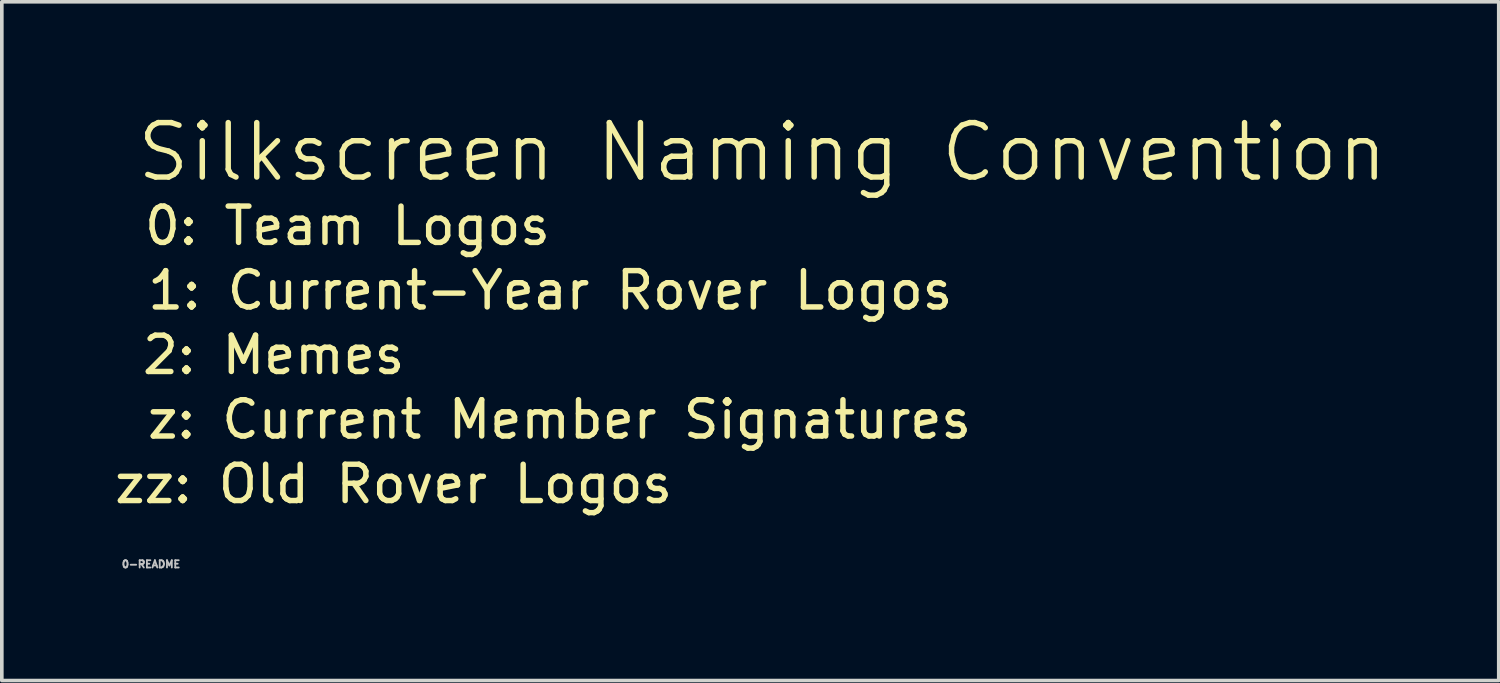
<source format=kicad_pcb>
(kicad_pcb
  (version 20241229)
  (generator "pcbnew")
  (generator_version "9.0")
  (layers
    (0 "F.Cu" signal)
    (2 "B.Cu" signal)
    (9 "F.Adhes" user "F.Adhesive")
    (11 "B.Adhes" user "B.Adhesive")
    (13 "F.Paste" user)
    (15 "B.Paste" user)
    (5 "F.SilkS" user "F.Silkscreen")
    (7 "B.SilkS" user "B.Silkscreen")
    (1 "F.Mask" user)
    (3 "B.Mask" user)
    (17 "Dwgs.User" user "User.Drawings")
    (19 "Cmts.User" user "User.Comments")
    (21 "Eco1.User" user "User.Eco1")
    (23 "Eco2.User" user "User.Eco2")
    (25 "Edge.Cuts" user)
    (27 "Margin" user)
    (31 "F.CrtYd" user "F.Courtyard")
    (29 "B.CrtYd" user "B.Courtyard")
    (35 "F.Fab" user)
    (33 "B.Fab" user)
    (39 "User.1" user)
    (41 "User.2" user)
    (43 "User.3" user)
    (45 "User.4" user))
  (footprint "0-README"
    (layer "F.Cu")
    (at 11.348 6.475)
    (property "Reference" "0-README" (at -10.236 6.02 0) (layer "Dwgs.User") (effects (font (size 0.2 0.2) (thickness 0.05))))
    (attr through_hole)
    (fp_text user "zz: Old Rover Logos" (at -3.556 3.81 0) (layer "F.SilkS") (effects (font (size 1 1) (thickness 0.15))))
    (fp_text user "2: Memes" (at -6.858 0.254 0) (layer "F.SilkS") (effects (font (size 1 1) (thickness 0.15))))
    (fp_text user "0: Team Logos" (at -4.826 -3.302 0) (layer "F.SilkS") (effects (font (size 1 1) (thickness 0.15))))
    (fp_text user "Silkscreen Naming Convention" (at 6.604 -5.334 0) (layer "F.SilkS") (effects (font (size 1.5 1.5) (thickness 0.15))))
    (fp_text user "z: Current Member Signatures" (at 1.016 2.032 0) (layer "F.SilkS") (effects (font (size 1 1) (thickness 0.15))))
    (fp_text user "1: Current-Year Rover Logos" (at 0.762 -1.524 0) (layer "F.SilkS") (effects (font (size 1 1) (thickness 0.15)))))
  (gr_rect
    (start -3 -3)
    (end 38.241 15.699)
    (stroke (width 0.1) (type default))
    (fill no)
    (layer "Edge.Cuts")))
</source>
